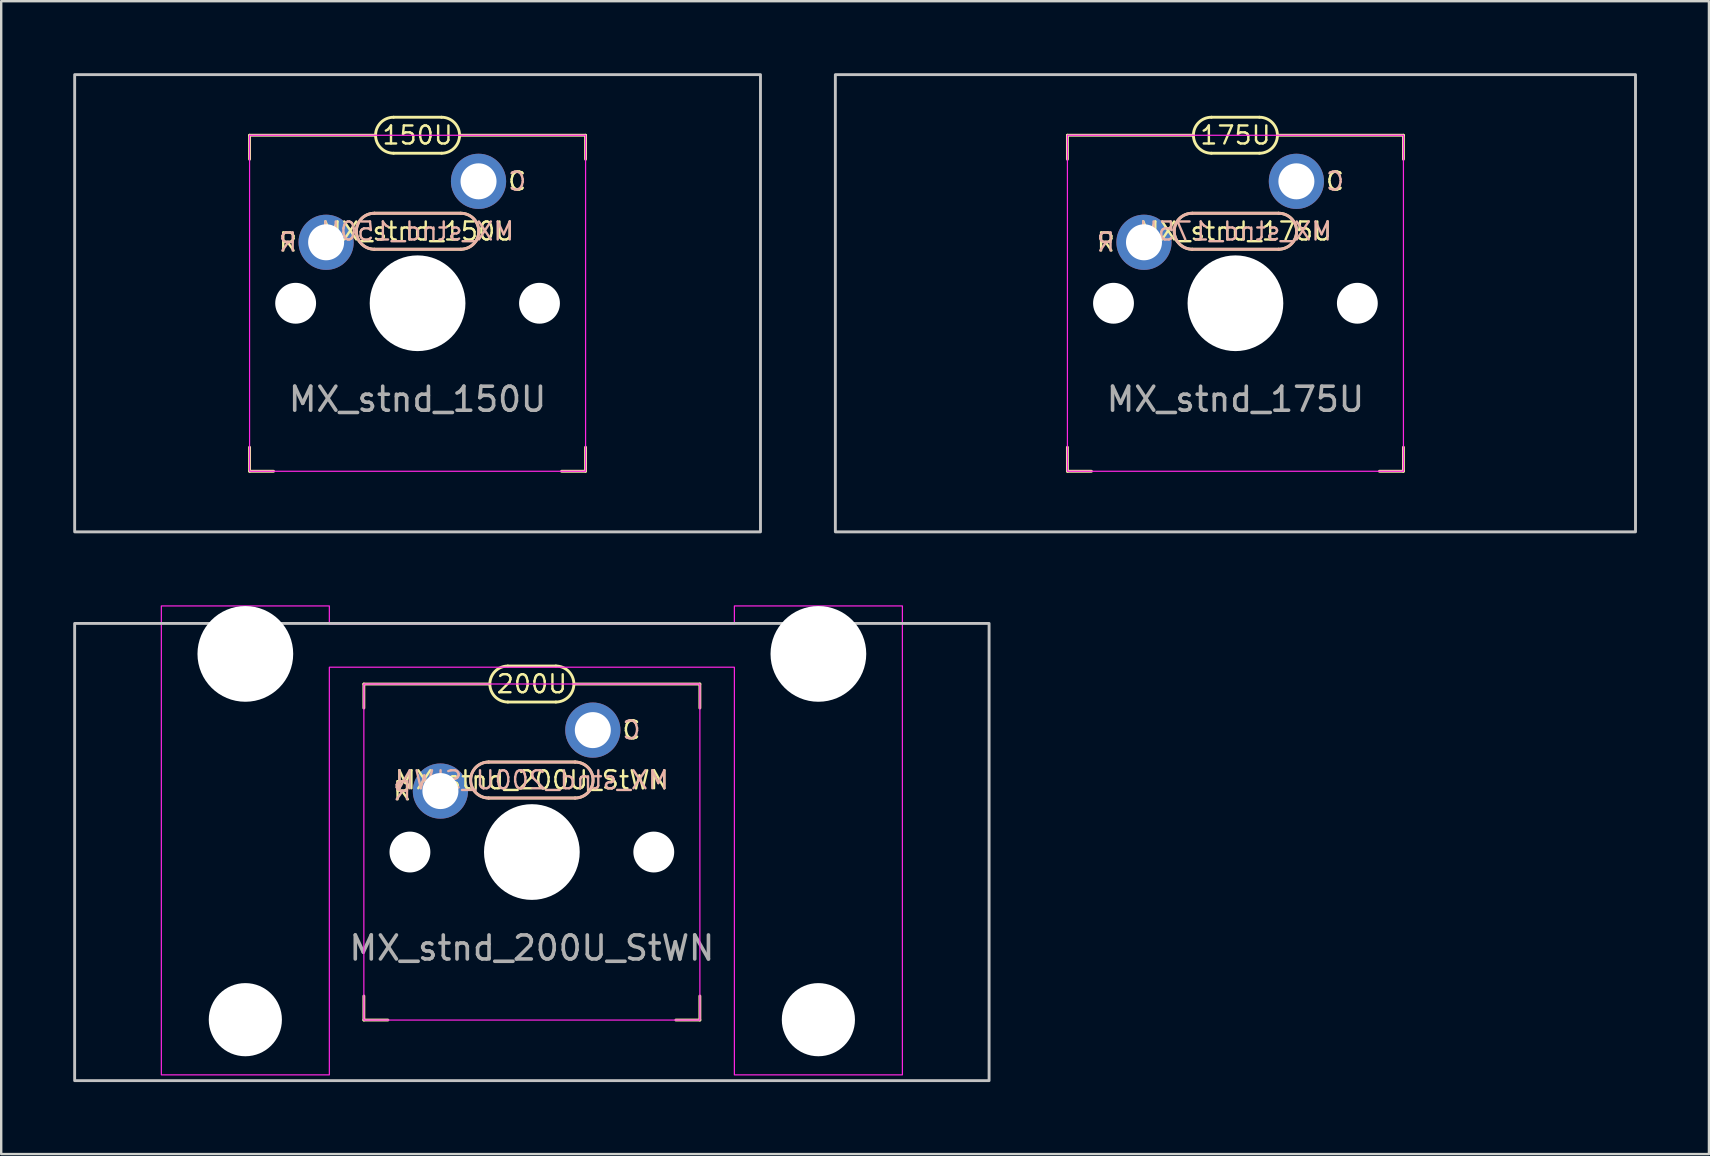
<source format=kicad_pcb>
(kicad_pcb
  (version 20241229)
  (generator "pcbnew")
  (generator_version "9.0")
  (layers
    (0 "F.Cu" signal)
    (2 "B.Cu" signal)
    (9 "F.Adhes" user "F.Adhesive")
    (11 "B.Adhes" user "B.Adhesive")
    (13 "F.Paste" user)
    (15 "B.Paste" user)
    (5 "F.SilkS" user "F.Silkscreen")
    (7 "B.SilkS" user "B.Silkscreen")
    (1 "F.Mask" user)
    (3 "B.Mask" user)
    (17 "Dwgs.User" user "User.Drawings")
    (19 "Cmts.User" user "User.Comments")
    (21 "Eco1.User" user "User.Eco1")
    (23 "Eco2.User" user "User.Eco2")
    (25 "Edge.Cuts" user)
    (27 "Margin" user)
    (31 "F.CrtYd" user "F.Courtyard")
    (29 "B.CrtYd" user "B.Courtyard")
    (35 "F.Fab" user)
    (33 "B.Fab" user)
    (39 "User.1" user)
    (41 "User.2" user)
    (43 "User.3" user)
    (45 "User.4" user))
  (footprint "MX_stnd_200U_StWN"
    (layer "F.Cu")
    (at 19.11 32.45)
    (property "Reference" "MX_stnd_200U_StWN" (at 0 -3 0) (unlocked yes) (layer "F.SilkS") (effects (font (size 0.75 0.75) (thickness 0.1))))
    (attr through_hole)
    (fp_line (start -7 -7) (end -1.75 -7) (stroke (width 0.12) (type solid)) (layer "F.SilkS"))
    (fp_line (start -7 -6) (end -7 -7) (stroke (width 0.12) (type solid)) (layer "F.SilkS"))
    (fp_line (start -7 7) (end -7 6) (stroke (width 0.12) (type solid)) (layer "F.SilkS"))
    (fp_line (start -6 7) (end -7 7) (stroke (width 0.12) (type solid)) (layer "F.SilkS"))
    (fp_line (start -1.8 -3.75) (end 1.8 -3.75) (stroke (width 0.12) (type solid)) (layer "F.SilkS"))
    (fp_line (start -1 -7.75) (end 1 -7.75) (stroke (width 0.12) (type solid)) (layer "F.SilkS"))
    (fp_line (start 1 -6.25) (end -1 -6.25) (stroke (width 0.12) (type solid)) (layer "F.SilkS"))
    (fp_line (start 1.8 -2.25) (end -1.8 -2.25) (stroke (width 0.12) (type solid)) (layer "F.SilkS"))
    (fp_line (start 6 7) (end 7 7) (stroke (width 0.12) (type solid)) (layer "F.SilkS"))
    (fp_line (start 7 -7) (end 1.75 -7) (stroke (width 0.12) (type solid)) (layer "F.SilkS"))
    (fp_line (start 7 -7) (end 7 -6) (stroke (width 0.12) (type solid)) (layer "F.SilkS"))
    (fp_line (start 7 7) (end 7 6) (stroke (width 0.12) (type solid)) (layer "F.SilkS"))
    (fp_arc (start -1.8 -2.25) (mid -2.55 -3) (end -1.8 -3.75) (stroke (width 0.12) (type solid)) (layer "F.SilkS"))
    (fp_arc (start -1 -6.25) (mid -1.75 -7) (end -1 -7.75) (stroke (width 0.12) (type solid)) (layer "F.SilkS"))
    (fp_arc (start 1 -7.75) (mid 1.75 -7) (end 1 -6.25) (stroke (width 0.12) (type solid)) (layer "F.SilkS"))
    (fp_arc (start 1.8 -3.75) (mid 2.55 -3) (end 1.8 -2.25) (stroke (width 0.12) (type solid)) (layer "F.SilkS"))
    (fp_line (start -1.8 -2.25) (end 1.8 -2.25) (stroke (width 0.12) (type solid)) (layer "B.SilkS"))
    (fp_line (start 1.8 -3.75) (end -1.8 -3.75) (stroke (width 0.12) (type solid)) (layer "B.SilkS"))
    (fp_arc (start -1.8 -2.25) (mid -2.55 -3) (end -1.8 -3.75) (stroke (width 0.12) (type solid)) (layer "B.SilkS"))
    (fp_arc (start 1.8 -3.75) (mid 2.55 -3) (end 1.8 -2.25) (stroke (width 0.12) (type solid)) (layer "B.SilkS"))
    (fp_rect (start -19.05 -9.525) (end 19.05 9.525) (stroke (width 0.12) (type solid)) (fill no) (layer "Dwgs.User"))
    (fp_rect (start -7 -7) (end 7 7) (stroke (width 0.05) (type solid)) (fill no) (layer "F.CrtYd"))
    (fp_poly (pts (xy 8.438 -7.7) (xy -8.438 -7.7) (xy -8.438 9.285) (xy -15.438 9.285) (xy -15.438 -10.255) (xy -8.438 -10.255) (xy -8.438 -9.5) (xy 8.438 -9.5) (xy 8.438 -10.255) (xy 15.438 -10.255) (xy 15.438 9.285) (xy 8.438 9.285)) (stroke (width 0.05) (type solid)) (fill no) (layer "F.CrtYd"))
    (fp_text user "R" (at -5.4 -2.54 0) (unlocked yes) (layer "F.SilkS") (effects (font (size 0.75 0.75) (thickness 0.1))))
    (fp_text user "200U" (at 0 -7 0) (unlocked yes) (layer "F.SilkS") (effects (font (size 0.75 0.75) (thickness 0.1))))
    (fp_text user "C" (at 4.15 -5.08 0) (unlocked yes) (layer "F.SilkS") (effects (font (size 0.75 0.75) (thickness 0.1))))
    (fp_text user "C" (at 4.15 -5.08 0) (unlocked yes) (layer "B.SilkS") (effects (font (size 0.75 0.75) (thickness 0.1)) (justify mirror)))
    (fp_text user "R" (at -5.4 -2.54 0) (unlocked yes) (layer "B.SilkS") (effects (font (size 0.75 0.75) (thickness 0.1)) (justify mirror)))
    (fp_text user "${REFERENCE}" (at 0 -3 0) (unlocked yes) (layer "B.SilkS") (effects (font (size 0.75 0.75) (thickness 0.1)) (justify mirror)))
    (fp_text user "${REFERENCE}" (at 0 4 0) (unlocked yes) (layer "F.Fab") (effects (font (size 1 1) (thickness 0.15))))
    (pad "" np_thru_hole circle (at -11.938 -8.255 180) (size 3.988 3.988) (drill 3.988) (layers "*.Cu" "*.Mask"))
    (pad "" np_thru_hole circle (at -11.938 6.985 180) (size 3.048 3.048) (drill 3.048) (layers "*.Cu" "*.Mask"))
    (pad "" np_thru_hole circle (at -5.08 0) (size 1.702 1.702) (drill 1.702) (layers "*.Cu" "*.Mask"))
    (pad "" np_thru_hole circle (at 0 0) (size 3.988 3.988) (drill 3.988) (layers "*.Cu" "*.Mask"))
    (pad "" np_thru_hole circle (at 5.08 0) (size 1.702 1.702) (drill 1.702) (layers "*.Cu" "*.Mask"))
    (pad "" np_thru_hole circle (at 11.938 -8.255 180) (size 3.988 3.988) (drill 3.988) (layers "*.Cu" "*.Mask"))
    (pad "" np_thru_hole circle (at 11.938 6.985 180) (size 3.048 3.048) (drill 3.048) (layers "*.Cu" "*.Mask"))
    (pad "1" thru_hole circle (at 2.54 -5.08) (size 2.3 2.3) (drill 1.5) (layers "*.Cu" "*.Mask"))
    (pad "2" thru_hole circle (at -3.81 -2.54) (size 2.3 2.3) (drill 1.5) (layers "*.Cu" "*.Mask")))
  (footprint "MX_stnd_150U"
    (layer "F.Cu")
    (at 14.348 9.585)
    (property "Reference" "MX_stnd_150U" (at 0 -3 0) (unlocked yes) (layer "F.SilkS") (effects (font (size 0.75 0.75) (thickness 0.1))))
    (attr through_hole)
    (fp_line (start -7 -7) (end -1.75 -7) (stroke (width 0.12) (type solid)) (layer "F.SilkS"))
    (fp_line (start -7 -6) (end -7 -7) (stroke (width 0.12) (type solid)) (layer "F.SilkS"))
    (fp_line (start -7 7) (end -7 6) (stroke (width 0.12) (type solid)) (layer "F.SilkS"))
    (fp_line (start -6 7) (end -7 7) (stroke (width 0.12) (type solid)) (layer "F.SilkS"))
    (fp_line (start -1.8 -3.75) (end 1.8 -3.75) (stroke (width 0.12) (type solid)) (layer "F.SilkS"))
    (fp_line (start -1 -7.75) (end 1 -7.75) (stroke (width 0.12) (type solid)) (layer "F.SilkS"))
    (fp_line (start 1 -6.25) (end -1 -6.25) (stroke (width 0.12) (type solid)) (layer "F.SilkS"))
    (fp_line (start 1.8 -2.25) (end -1.8 -2.25) (stroke (width 0.12) (type solid)) (layer "F.SilkS"))
    (fp_line (start 6 7) (end 7 7) (stroke (width 0.12) (type solid)) (layer "F.SilkS"))
    (fp_line (start 7 -7) (end 1.75 -7) (stroke (width 0.12) (type solid)) (layer "F.SilkS"))
    (fp_line (start 7 -7) (end 7 -6) (stroke (width 0.12) (type solid)) (layer "F.SilkS"))
    (fp_line (start 7 7) (end 7 6) (stroke (width 0.12) (type solid)) (layer "F.SilkS"))
    (fp_arc (start -1.8 -2.25) (mid -2.55 -3) (end -1.8 -3.75) (stroke (width 0.12) (type solid)) (layer "F.SilkS"))
    (fp_arc (start -1 -6.25) (mid -1.75 -7) (end -1 -7.75) (stroke (width 0.12) (type solid)) (layer "F.SilkS"))
    (fp_arc (start 1 -7.75) (mid 1.75 -7) (end 1 -6.25) (stroke (width 0.12) (type solid)) (layer "F.SilkS"))
    (fp_arc (start 1.8 -3.75) (mid 2.55 -3) (end 1.8 -2.25) (stroke (width 0.12) (type solid)) (layer "F.SilkS"))
    (fp_line (start -1.8 -2.25) (end 1.8 -2.25) (stroke (width 0.12) (type solid)) (layer "B.SilkS"))
    (fp_line (start 1.8 -3.75) (end -1.8 -3.75) (stroke (width 0.12) (type solid)) (layer "B.SilkS"))
    (fp_arc (start -1.8 -2.25) (mid -2.55 -3) (end -1.8 -3.75) (stroke (width 0.12) (type solid)) (layer "B.SilkS"))
    (fp_arc (start 1.8 -3.75) (mid 2.55 -3) (end 1.8 -2.25) (stroke (width 0.12) (type solid)) (layer "B.SilkS"))
    (fp_rect (start -14.287 -9.525) (end 14.287 9.525) (stroke (width 0.12) (type solid)) (fill no) (layer "Dwgs.User"))
    (fp_rect (start -7 -7) (end 7 7) (stroke (width 0.05) (type solid)) (fill no) (layer "F.CrtYd"))
    (fp_text user "150U" (at 0 -7 0) (unlocked yes) (layer "F.SilkS") (effects (font (size 0.75 0.75) (thickness 0.1))))
    (fp_text user "R" (at -5.4 -2.54 0) (unlocked yes) (layer "F.SilkS") (effects (font (size 0.75 0.75) (thickness 0.1))))
    (fp_text user "C" (at 4.15 -5.08 0) (unlocked yes) (layer "F.SilkS") (effects (font (size 0.75 0.75) (thickness 0.1))))
    (fp_text user "C" (at 4.15 -5.08 0) (unlocked yes) (layer "B.SilkS") (effects (font (size 0.75 0.75) (thickness 0.1)) (justify mirror)))
    (fp_text user "R" (at -5.4 -2.54 0) (unlocked yes) (layer "B.SilkS") (effects (font (size 0.75 0.75) (thickness 0.1)) (justify mirror)))
    (fp_text user "${REFERENCE}" (at 0 -3 0) (unlocked yes) (layer "B.SilkS") (effects (font (size 0.75 0.75) (thickness 0.1)) (justify mirror)))
    (fp_text user "${REFERENCE}" (at 0 4 0) (unlocked yes) (layer "F.Fab") (effects (font (size 1 1) (thickness 0.15))))
    (pad "" np_thru_hole circle (at -5.08 0) (size 1.702 1.702) (drill 1.702) (layers "*.Cu" "*.Mask"))
    (pad "" np_thru_hole circle (at 0 0) (size 3.988 3.988) (drill 3.988) (layers "*.Cu" "*.Mask"))
    (pad "" np_thru_hole circle (at 5.08 0) (size 1.702 1.702) (drill 1.702) (layers "*.Cu" "*.Mask"))
    (pad "1" thru_hole circle (at 2.54 -5.08) (size 2.3 2.3) (drill 1.5) (layers "*.Cu" "*.Mask"))
    (pad "2" thru_hole circle (at -3.81 -2.54) (size 2.3 2.3) (drill 1.5) (layers "*.Cu" "*.Mask")))
  (footprint "MX_stnd_175U"
    (layer "F.Cu")
    (at 48.424 9.585)
    (property "Reference" "MX_stnd_175U" (at 0 -3 0) (unlocked yes) (layer "F.SilkS") (effects (font (size 0.75 0.75) (thickness 0.1))))
    (attr through_hole)
    (fp_line (start -7 -7) (end -1.75 -7) (stroke (width 0.12) (type solid)) (layer "F.SilkS"))
    (fp_line (start -7 -6) (end -7 -7) (stroke (width 0.12) (type solid)) (layer "F.SilkS"))
    (fp_line (start -7 7) (end -7 6) (stroke (width 0.12) (type solid)) (layer "F.SilkS"))
    (fp_line (start -6 7) (end -7 7) (stroke (width 0.12) (type solid)) (layer "F.SilkS"))
    (fp_line (start -1.8 -3.75) (end 1.8 -3.75) (stroke (width 0.12) (type solid)) (layer "F.SilkS"))
    (fp_line (start -1 -7.75) (end 1 -7.75) (stroke (width 0.12) (type solid)) (layer "F.SilkS"))
    (fp_line (start 1 -6.25) (end -1 -6.25) (stroke (width 0.12) (type solid)) (layer "F.SilkS"))
    (fp_line (start 1.8 -2.25) (end -1.8 -2.25) (stroke (width 0.12) (type solid)) (layer "F.SilkS"))
    (fp_line (start 6 7) (end 7 7) (stroke (width 0.12) (type solid)) (layer "F.SilkS"))
    (fp_line (start 7 -7) (end 1.75 -7) (stroke (width 0.12) (type solid)) (layer "F.SilkS"))
    (fp_line (start 7 -7) (end 7 -6) (stroke (width 0.12) (type solid)) (layer "F.SilkS"))
    (fp_line (start 7 7) (end 7 6) (stroke (width 0.12) (type solid)) (layer "F.SilkS"))
    (fp_arc (start -1.8 -2.25) (mid -2.55 -3) (end -1.8 -3.75) (stroke (width 0.12) (type solid)) (layer "F.SilkS"))
    (fp_arc (start -1 -6.25) (mid -1.75 -7) (end -1 -7.75) (stroke (width 0.12) (type solid)) (layer "F.SilkS"))
    (fp_arc (start 1 -7.75) (mid 1.75 -7) (end 1 -6.25) (stroke (width 0.12) (type solid)) (layer "F.SilkS"))
    (fp_arc (start 1.8 -3.75) (mid 2.55 -3) (end 1.8 -2.25) (stroke (width 0.12) (type solid)) (layer "F.SilkS"))
    (fp_line (start -1.8 -2.25) (end 1.8 -2.25) (stroke (width 0.12) (type solid)) (layer "B.SilkS"))
    (fp_line (start 1.8 -3.75) (end -1.8 -3.75) (stroke (width 0.12) (type solid)) (layer "B.SilkS"))
    (fp_arc (start -1.8 -2.25) (mid -2.55 -3) (end -1.8 -3.75) (stroke (width 0.12) (type solid)) (layer "B.SilkS"))
    (fp_arc (start 1.8 -3.75) (mid 2.55 -3) (end 1.8 -2.25) (stroke (width 0.12) (type solid)) (layer "B.SilkS"))
    (fp_rect (start -16.669 -9.525) (end 16.669 9.525) (stroke (width 0.12) (type solid)) (fill no) (layer "Dwgs.User"))
    (fp_rect (start -7 -7) (end 7 7) (stroke (width 0.05) (type solid)) (fill no) (layer "F.CrtYd"))
    (fp_text user "R" (at -5.4 -2.54 0) (unlocked yes) (layer "F.SilkS") (effects (font (size 0.75 0.75) (thickness 0.1))))
    (fp_text user "C" (at 4.15 -5.08 0) (unlocked yes) (layer "F.SilkS") (effects (font (size 0.75 0.75) (thickness 0.1))))
    (fp_text user "175U" (at 0 -7 0) (unlocked yes) (layer "F.SilkS") (effects (font (size 0.75 0.75) (thickness 0.1))))
    (fp_text user "${REFERENCE}" (at 0 -3 0) (unlocked yes) (layer "B.SilkS") (effects (font (size 0.75 0.75) (thickness 0.1)) (justify mirror)))
    (fp_text user "C" (at 4.15 -5.08 0) (unlocked yes) (layer "B.SilkS") (effects (font (size 0.75 0.75) (thickness 0.1)) (justify mirror)))
    (fp_text user "R" (at -5.4 -2.54 0) (unlocked yes) (layer "B.SilkS") (effects (font (size 0.75 0.75) (thickness 0.1)) (justify mirror)))
    (fp_text user "${REFERENCE}" (at 0 4 0) (unlocked yes) (layer "F.Fab") (effects (font (size 1 1) (thickness 0.15))))
    (pad "" np_thru_hole circle (at -5.08 0) (size 1.702 1.702) (drill 1.702) (layers "*.Cu" "*.Mask"))
    (pad "" np_thru_hole circle (at 0 0) (size 3.988 3.988) (drill 3.988) (layers "*.Cu" "*.Mask"))
    (pad "" np_thru_hole circle (at 5.08 0) (size 1.702 1.702) (drill 1.702) (layers "*.Cu" "*.Mask"))
    (pad "1" thru_hole circle (at 2.54 -5.08) (size 2.3 2.3) (drill 1.5) (layers "*.Cu" "*.Mask"))
    (pad "2" thru_hole circle (at -3.81 -2.54) (size 2.3 2.3) (drill 1.5) (layers "*.Cu" "*.Mask")))
  (gr_rect
    (start -3 -3)
    (end 68.153 45.035)
    (stroke (width 0.1) (type default))
    (fill no)
    (layer "Edge.Cuts")))
</source>
